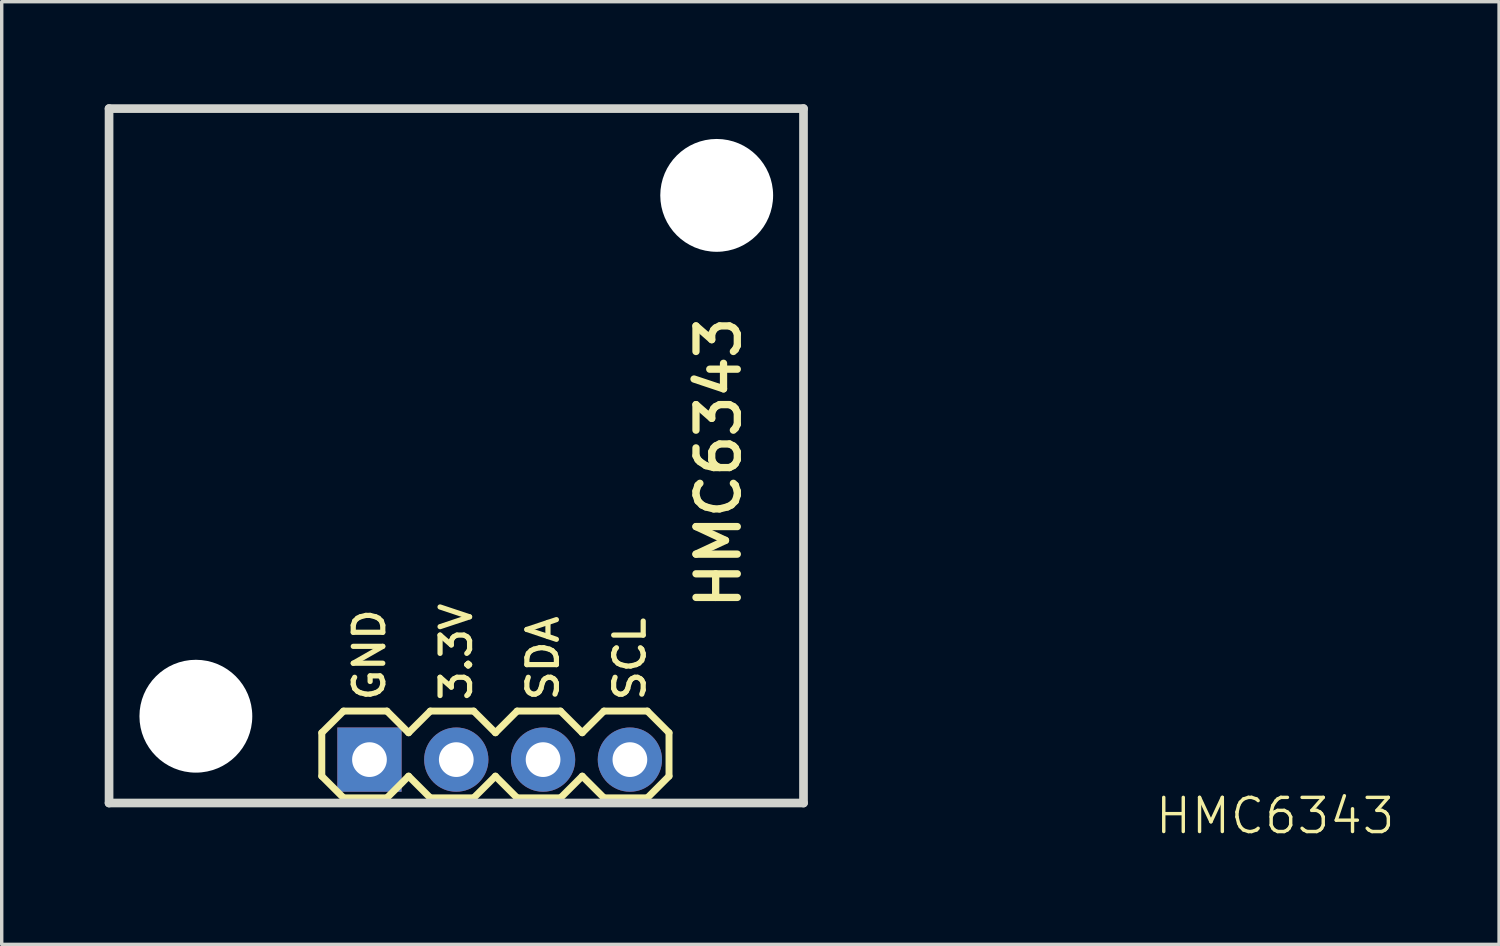
<source format=kicad_pcb>
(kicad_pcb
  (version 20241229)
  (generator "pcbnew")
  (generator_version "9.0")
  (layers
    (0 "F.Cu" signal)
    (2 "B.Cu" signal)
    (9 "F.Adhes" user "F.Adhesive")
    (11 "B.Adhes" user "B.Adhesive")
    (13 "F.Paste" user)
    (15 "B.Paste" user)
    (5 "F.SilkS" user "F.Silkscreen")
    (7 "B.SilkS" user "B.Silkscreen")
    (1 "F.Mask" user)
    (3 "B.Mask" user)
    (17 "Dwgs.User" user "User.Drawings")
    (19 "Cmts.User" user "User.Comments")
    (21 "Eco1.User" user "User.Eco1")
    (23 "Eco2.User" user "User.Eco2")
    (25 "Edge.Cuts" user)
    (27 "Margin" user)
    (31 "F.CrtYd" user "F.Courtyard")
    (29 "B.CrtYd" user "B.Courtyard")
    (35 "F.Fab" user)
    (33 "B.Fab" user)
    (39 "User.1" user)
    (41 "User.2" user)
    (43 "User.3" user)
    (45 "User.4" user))
  (footprint "HMC6343"
    (layer "F.Cu")
    (at 34.264 21.324)
    (property "Reference" "HMC6343" (at 0 -0.5 0) (unlocked yes) (layer "F.SilkS") (effects (font (size 1 1) (thickness 0.1))))
    (attr smd)
    (fp_line (start -27.898 -2.933) (end -27.898 -1.663) (stroke (width 0.203) (type solid)) (layer "F.SilkS"))
    (fp_line (start -27.898 -1.663) (end -27.262 -1.028) (stroke (width 0.203) (type solid)) (layer "F.SilkS"))
    (fp_line (start -27.262 -3.567) (end -27.898 -2.933) (stroke (width 0.203) (type solid)) (layer "F.SilkS"))
    (fp_line (start -27.262 -3.567) (end -25.992 -3.567) (stroke (width 0.203) (type solid)) (layer "F.SilkS"))
    (fp_line (start -25.992 -3.567) (end -25.358 -2.933) (stroke (width 0.203) (type solid)) (layer "F.SilkS"))
    (fp_line (start -25.992 -1.028) (end -27.262 -1.028) (stroke (width 0.203) (type solid)) (layer "F.SilkS"))
    (fp_line (start -25.358 -2.933) (end -24.723 -3.567) (stroke (width 0.203) (type solid)) (layer "F.SilkS"))
    (fp_line (start -25.358 -1.663) (end -25.992 -1.028) (stroke (width 0.203) (type solid)) (layer "F.SilkS"))
    (fp_line (start -24.723 -3.567) (end -23.453 -3.567) (stroke (width 0.203) (type solid)) (layer "F.SilkS"))
    (fp_line (start -24.723 -1.028) (end -25.358 -1.663) (stroke (width 0.203) (type solid)) (layer "F.SilkS"))
    (fp_line (start -23.453 -3.567) (end -22.817 -2.933) (stroke (width 0.203) (type solid)) (layer "F.SilkS"))
    (fp_line (start -23.453 -1.028) (end -24.723 -1.028) (stroke (width 0.203) (type solid)) (layer "F.SilkS"))
    (fp_line (start -22.817 -2.933) (end -22.183 -3.567) (stroke (width 0.203) (type solid)) (layer "F.SilkS"))
    (fp_line (start -22.817 -1.663) (end -23.453 -1.028) (stroke (width 0.203) (type solid)) (layer "F.SilkS"))
    (fp_line (start -22.183 -3.567) (end -20.913 -3.567) (stroke (width 0.203) (type solid)) (layer "F.SilkS"))
    (fp_line (start -22.183 -1.028) (end -22.817 -1.663) (stroke (width 0.203) (type solid)) (layer "F.SilkS"))
    (fp_line (start -20.913 -3.567) (end -20.277 -2.933) (stroke (width 0.203) (type solid)) (layer "F.SilkS"))
    (fp_line (start -20.913 -1.028) (end -22.183 -1.028) (stroke (width 0.203) (type solid)) (layer "F.SilkS"))
    (fp_line (start -20.277 -1.663) (end -20.913 -1.028) (stroke (width 0.203) (type solid)) (layer "F.SilkS"))
    (fp_line (start -20.277 -1.663) (end -19.642 -1.028) (stroke (width 0.203) (type solid)) (layer "F.SilkS"))
    (fp_line (start -19.642 -3.567) (end -20.277 -2.933) (stroke (width 0.203) (type solid)) (layer "F.SilkS"))
    (fp_line (start -19.642 -3.567) (end -18.372 -3.567) (stroke (width 0.203) (type solid)) (layer "F.SilkS"))
    (fp_line (start -18.372 -3.567) (end -17.738 -2.933) (stroke (width 0.203) (type solid)) (layer "F.SilkS"))
    (fp_line (start -18.372 -1.028) (end -19.642 -1.028) (stroke (width 0.203) (type solid)) (layer "F.SilkS"))
    (fp_line (start -17.738 -2.933) (end -17.738 -1.663) (stroke (width 0.203) (type solid)) (layer "F.SilkS"))
    (fp_line (start -17.738 -1.663) (end -18.372 -1.028) (stroke (width 0.203) (type solid)) (layer "F.SilkS"))
    (fp_line (start -34.123 -21.197) (end -34.123 -0.877) (stroke (width 0.254) (type solid)) (layer "Edge.Cuts"))
    (fp_line (start -34.123 -0.877) (end -13.803 -0.877) (stroke (width 0.254) (type solid)) (layer "Edge.Cuts"))
    (fp_line (start -13.803 -21.197) (end -34.123 -21.197) (stroke (width 0.254) (type solid)) (layer "Edge.Cuts"))
    (fp_line (start -13.803 -0.877) (end -13.803 -21.197) (stroke (width 0.254) (type solid)) (layer "Edge.Cuts"))
    (fp_text user "3.3V" (at -23.46 -3.798 90) (unlocked yes) (layer "F.SilkS") (effects (font (size 0.864 0.864) (thickness 0.152)) (justify left bottom)))
    (fp_text user "SDA" (at -20.92 -3.798 90) (unlocked yes) (layer "F.SilkS") (effects (font (size 0.864 0.864) (thickness 0.152)) (justify left bottom)))
    (fp_text user "SCL" (at -18.38 -3.798 90) (unlocked yes) (layer "F.SilkS") (effects (font (size 0.864 0.864) (thickness 0.152)) (justify left bottom)))
    (fp_text user "GND" (at -26 -3.798 90) (unlocked yes) (layer "F.SilkS") (effects (font (size 0.864 0.864) (thickness 0.152)) (justify left bottom)))
    (fp_text user "HMC6343" (at -15.581 -6.465 90) (unlocked yes) (layer "F.SilkS") (effects (font (size 1.209 1.209) (thickness 0.213)) (justify left bottom)))
    (fp_text user "Y" (at -34.264 -2.95 0) (unlocked yes) (layer "F.Fab") (effects (font (size 0.28 0.28) (thickness 0.024)) (justify left bottom)))
    (pad "" np_thru_hole circle (at -31.583 -3.417) (size 3.302 3.302) (drill 3.302) (layers "*.Cu" "*.Mask"))
    (pad "" np_thru_hole circle (at -16.343 -18.657) (size 3.302 3.302) (drill 3.302) (layers "*.Cu" "*.Mask"))
    (pad "1" thru_hole rect (at -26.503 -2.147 90) (size 1.88 1.88) (drill 1.016) (layers "*.Cu" "*.Mask"))
    (pad "2" thru_hole circle (at -23.963 -2.147 90) (size 1.88 1.88) (drill 1.016) (layers "*.Cu" "*.Mask"))
    (pad "3" thru_hole circle (at -21.423 -2.147 90) (size 1.88 1.88) (drill 1.016) (layers "*.Cu" "*.Mask"))
    (pad "4" thru_hole circle (at -18.883 -2.147 90) (size 1.88 1.88) (drill 1.016) (layers "*.Cu" "*.Mask")))
  (gr_rect
    (start -3 -3)
    (end 40.814 24.584)
    (stroke (width 0.1) (type default))
    (fill no)
    (layer "Edge.Cuts")))
</source>
